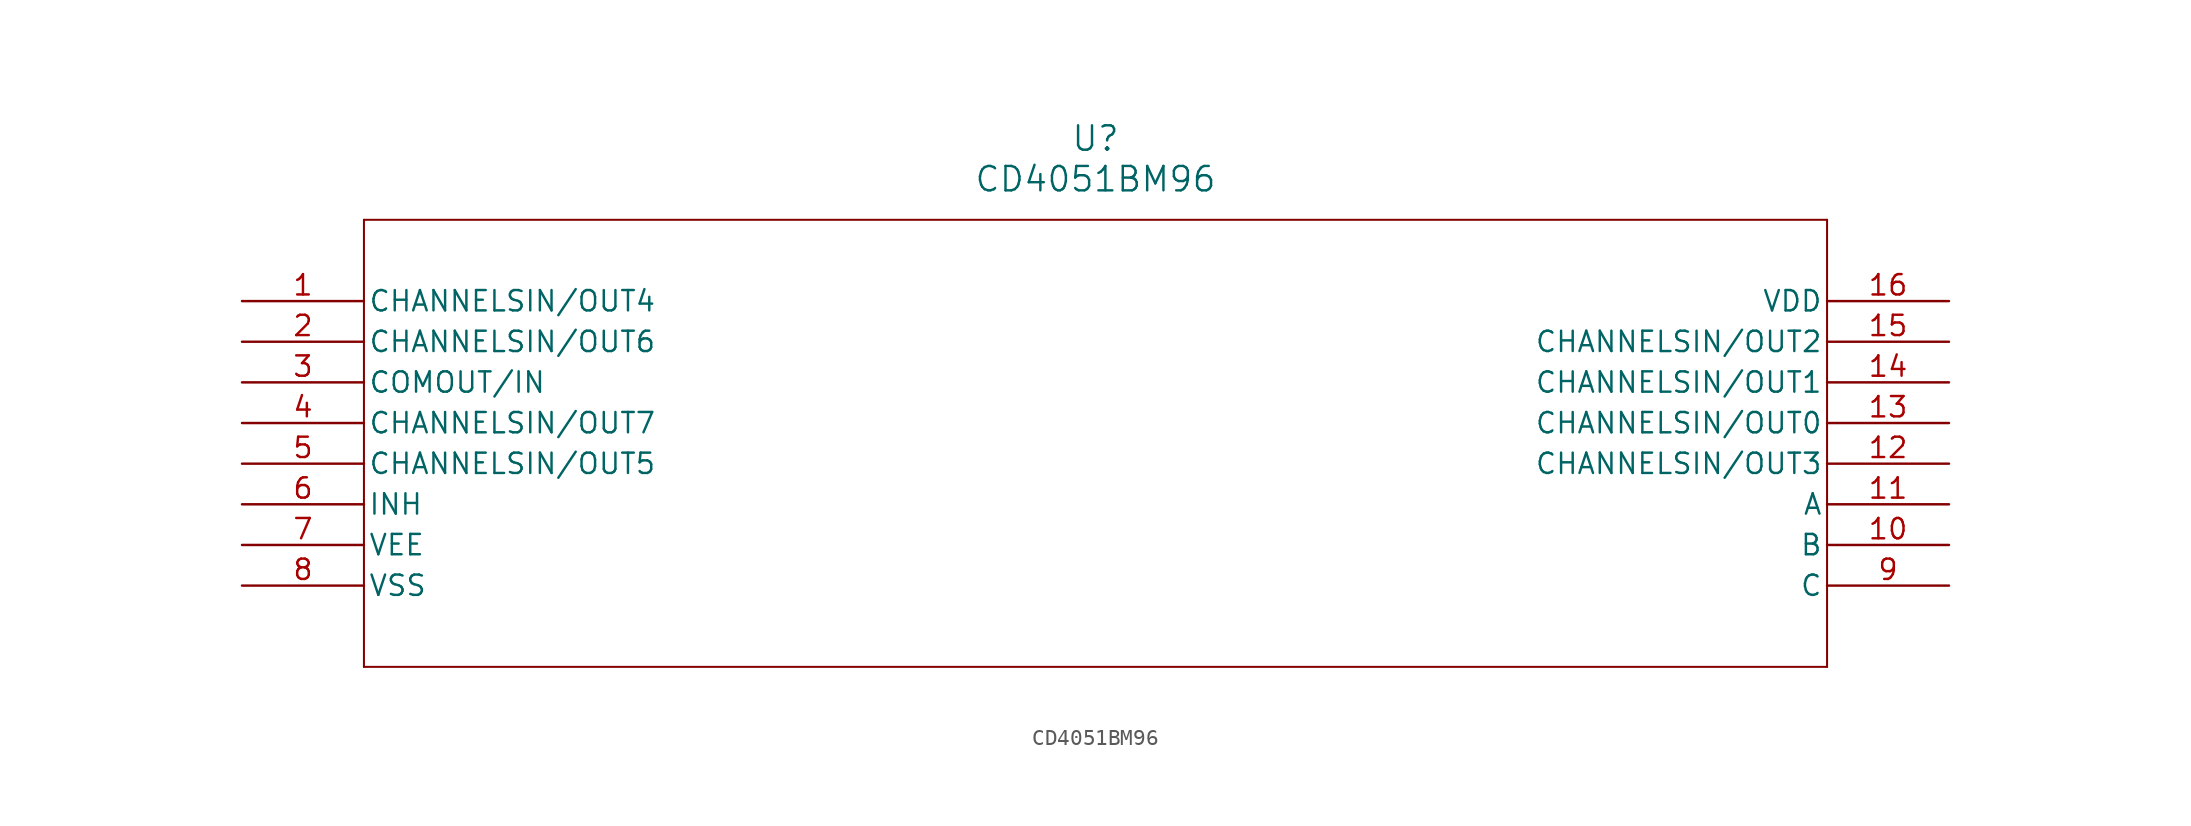
<source format=kicad_sym>
(kicad_symbol_lib
  (version 20211014)
  (generator kicad_symbol_editor)
  (symbol "CD4051BM96"
    (pin_names
      (offset 0.254))
    (property "Reference" "U"
      (at 53.34 10.16 0)
      (effects (font (size 1.524 1.524))))
    (property "Value" "CD4051BM96"
      (at 53.34 7.62 0)
      (effects (font (size 1.524 1.524))))
    (symbol "CD4051BM96_0_1"
      (polyline (pts (xy 7.62 5.08) (xy 7.62 -22.86)) (stroke (width 0.127) (type default) (color 0 0 0 0)) (fill (type none)))
      (polyline (pts (xy 7.62 -22.86) (xy 99.06 -22.86)) (stroke (width 0.127) (type default) (color 0 0 0 0)) (fill (type none)))
      (polyline (pts (xy 99.06 -22.86) (xy 99.06 5.08)) (stroke (width 0.127) (type default) (color 0 0 0 0)) (fill (type none)))
      (polyline (pts (xy 99.06 5.08) (xy 7.62 5.08)) (stroke (width 0.127) (type default) (color 0 0 0 0)) (fill (type none)))
      (pin bidirectional line (at 0 0 0) (length 7.62) (name "CHANNELSIN/OUT4" (effects (font (size 1.27 1.27)))) (number "1" (effects (font (size 1.27 1.27)))))
      (pin bidirectional line (at 0 -2.54 0) (length 7.62) (name "CHANNELSIN/OUT6" (effects (font (size 1.27 1.27)))) (number "2" (effects (font (size 1.27 1.27)))))
      (pin bidirectional line (at 0 -5.08 0) (length 7.62) (name "COMOUT/IN" (effects (font (size 1.27 1.27)))) (number "3" (effects (font (size 1.27 1.27)))))
      (pin bidirectional line (at 0 -7.62 0) (length 7.62) (name "CHANNELSIN/OUT7" (effects (font (size 1.27 1.27)))) (number "4" (effects (font (size 1.27 1.27)))))
      (pin bidirectional line (at 0 -10.16 0) (length 7.62) (name "CHANNELSIN/OUT5" (effects (font (size 1.27 1.27)))) (number "5" (effects (font (size 1.27 1.27)))))
      (pin unspecified line (at 0 -12.7 0) (length 7.62) (name "INH" (effects (font (size 1.27 1.27)))) (number "6" (effects (font (size 1.27 1.27)))))
      (pin power_in line (at 0 -15.24 0) (length 7.62) (name "VEE" (effects (font (size 1.27 1.27)))) (number "7" (effects (font (size 1.27 1.27)))))
      (pin power_in line (at 0 -17.78 0) (length 7.62) (name "VSS" (effects (font (size 1.27 1.27)))) (number "8" (effects (font (size 1.27 1.27)))))
      (pin unspecified line (at 106.68 -17.78 180) (length 7.62) (name "C" (effects (font (size 1.27 1.27)))) (number "9" (effects (font (size 1.27 1.27)))))
      (pin unspecified line (at 106.68 -15.24 180) (length 7.62) (name "B" (effects (font (size 1.27 1.27)))) (number "10" (effects (font (size 1.27 1.27)))))
      (pin unspecified line (at 106.68 -12.7 180) (length 7.62) (name "A" (effects (font (size 1.27 1.27)))) (number "11" (effects (font (size 1.27 1.27)))))
      (pin bidirectional line (at 106.68 -10.16 180) (length 7.62) (name "CHANNELSIN/OUT3" (effects (font (size 1.27 1.27)))) (number "12" (effects (font (size 1.27 1.27)))))
      (pin bidirectional line (at 106.68 -7.62 180) (length 7.62) (name "CHANNELSIN/OUT0" (effects (font (size 1.27 1.27)))) (number "13" (effects (font (size 1.27 1.27)))))
      (pin bidirectional line (at 106.68 -5.08 180) (length 7.62) (name "CHANNELSIN/OUT1" (effects (font (size 1.27 1.27)))) (number "14" (effects (font (size 1.27 1.27)))))
      (pin bidirectional line (at 106.68 -2.54 180) (length 7.62) (name "CHANNELSIN/OUT2" (effects (font (size 1.27 1.27)))) (number "15" (effects (font (size 1.27 1.27)))))
      (pin power_in line (at 106.68 0 180) (length 7.62) (name "VDD" (effects (font (size 1.27 1.27)))) (number "16" (effects (font (size 1.27 1.27))))))))
</source>
